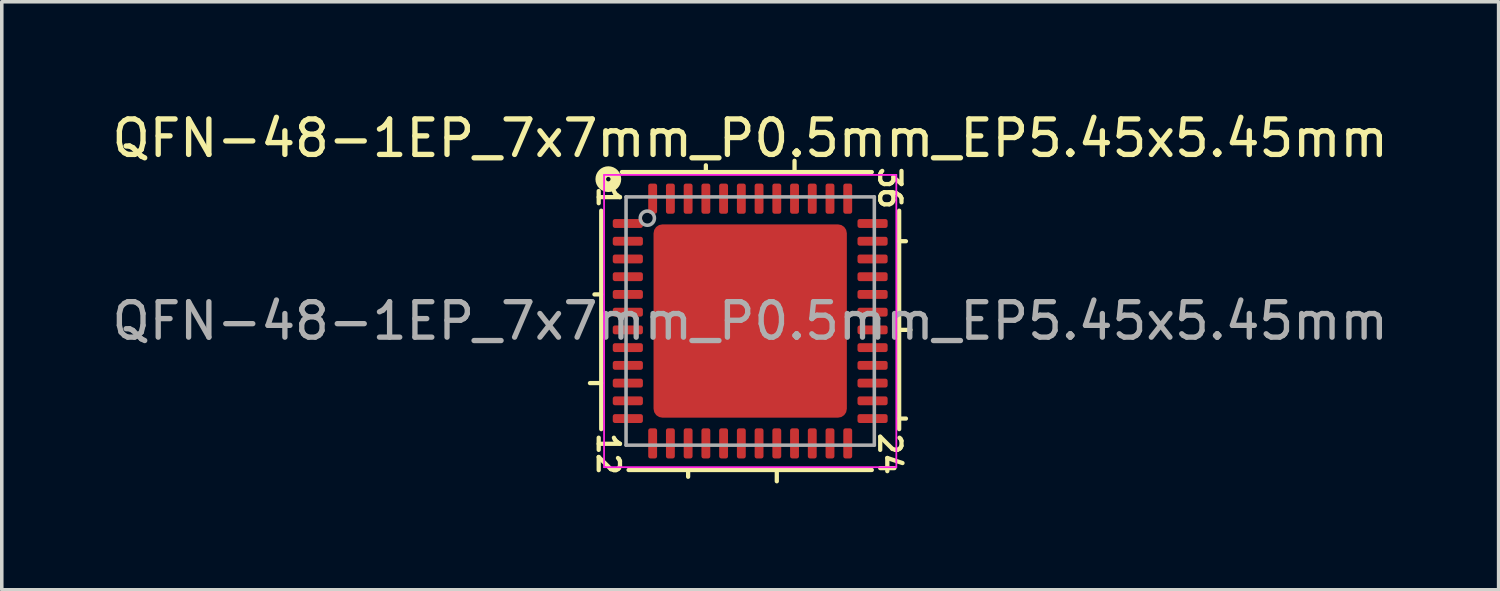
<source format=kicad_pcb>
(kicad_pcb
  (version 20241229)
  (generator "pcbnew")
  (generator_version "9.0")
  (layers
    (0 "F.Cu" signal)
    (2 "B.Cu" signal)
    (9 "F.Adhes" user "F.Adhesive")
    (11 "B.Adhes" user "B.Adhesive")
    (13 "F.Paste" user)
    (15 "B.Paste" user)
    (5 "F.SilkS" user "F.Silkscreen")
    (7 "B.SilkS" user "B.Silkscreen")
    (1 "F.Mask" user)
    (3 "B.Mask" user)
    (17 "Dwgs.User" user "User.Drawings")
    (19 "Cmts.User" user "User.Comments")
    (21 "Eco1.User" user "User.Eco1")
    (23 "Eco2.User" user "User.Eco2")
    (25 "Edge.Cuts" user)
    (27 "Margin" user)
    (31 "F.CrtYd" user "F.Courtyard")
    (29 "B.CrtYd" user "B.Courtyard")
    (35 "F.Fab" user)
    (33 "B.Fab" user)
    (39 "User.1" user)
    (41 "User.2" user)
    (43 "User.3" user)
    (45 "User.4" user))
  (footprint "QFN-48-1EP_7x7mm_P0.5mm_EP5.45x5.45mm"
    (layer "F.Cu")
    (at 18.101 6.001)
    (property "Reference" "QFN-48-1EP_7x7mm_P0.5mm_EP5.45x5.45mm" (at 0 -5.152 0) (layer "F.SilkS") (effects (font (size 1 1) (thickness 0.15))))
    (attr smd)
    (fp_line (start -4.2 -3.111) (end -4.2 3.048) (stroke (width 0.12) (type solid)) (layer "F.SilkS"))
    (fp_line (start -4.2 -0.75) (end -4.391 -0.75) (stroke (width 0.12) (type solid)) (layer "F.SilkS"))
    (fp_line (start -4.2 1.75) (end -4.518 1.75) (stroke (width 0.12) (type solid)) (layer "F.SilkS"))
    (fp_line (start -3.429 4.2) (end 3.429 4.2) (stroke (width 0.12) (type solid)) (layer "F.SilkS"))
    (fp_line (start -1.75 4.2) (end -1.75 4.391) (stroke (width 0.12) (type solid)) (layer "F.SilkS"))
    (fp_line (start -1.25 -4.2) (end -1.25 -4.391) (stroke (width 0.12) (type solid)) (layer "F.SilkS"))
    (fp_line (start 0.75 4.2) (end 0.75 4.518) (stroke (width 0.12) (type solid)) (layer "F.SilkS"))
    (fp_line (start 1.25 -4.2) (end 1.25 -4.518) (stroke (width 0.12) (type solid)) (layer "F.SilkS"))
    (fp_line (start 3.429 -4.2) (end -3.619 -4.2) (stroke (width 0.12) (type solid)) (layer "F.SilkS"))
    (fp_line (start 4.2 -2.25) (end 4.391 -2.25) (stroke (width 0.12) (type solid)) (layer "F.SilkS"))
    (fp_line (start 4.2 0.25) (end 4.518 0.25) (stroke (width 0.12) (type solid)) (layer "F.SilkS"))
    (fp_line (start 4.2 2.75) (end 4.391 2.75) (stroke (width 0.12) (type solid)) (layer "F.SilkS"))
    (fp_line (start 4.2 3.048) (end 4.2 -3.111) (stroke (width 0.12) (type solid)) (layer "F.SilkS"))
    (fp_circle (center -4 -4) (end -3.937 -4) (stroke (width 0.3) (type solid)) (fill no) (layer "F.SilkS"))
    (fp_line (start -4.12 -4.12) (end -4.12 4.12) (stroke (width 0.05) (type solid)) (layer "F.CrtYd"))
    (fp_line (start -4.12 4.12) (end 4.12 4.12) (stroke (width 0.05) (type solid)) (layer "F.CrtYd"))
    (fp_line (start 4.12 -4.12) (end -4.12 -4.12) (stroke (width 0.05) (type solid)) (layer "F.CrtYd"))
    (fp_line (start 4.12 4.12) (end 4.12 -4.12) (stroke (width 0.05) (type solid)) (layer "F.CrtYd"))
    (fp_line (start -3.5 -3.5) (end 3.5 -3.5) (stroke (width 0.1) (type solid)) (layer "F.Fab"))
    (fp_line (start -3.5 3.5) (end -3.5 -3.5) (stroke (width 0.1) (type solid)) (layer "F.Fab"))
    (fp_line (start 3.5 -3.5) (end 3.5 3.5) (stroke (width 0.1) (type solid)) (layer "F.Fab"))
    (fp_line (start 3.5 3.5) (end -3.5 3.5) (stroke (width 0.1) (type solid)) (layer "F.Fab"))
    (fp_circle (center -2.9 -2.9) (end -2.7 -2.9) (stroke (width 0.1) (type solid)) (fill no) (layer "F.Fab"))
    (fp_text user "1" (at -4 -3.493 270) (unlocked yes) (layer "F.SilkS") (effects (font (size 0.6 0.6) (thickness 0.12))))
    (fp_text user "12" (at -4 3.747 270) (unlocked yes) (layer "F.SilkS") (effects (font (size 0.6 0.6) (thickness 0.12))))
    (fp_text user "36" (at 3.937 -3.747 270) (unlocked yes) (layer "F.SilkS") (effects (font (size 0.6 0.6) (thickness 0.12))))
    (fp_text user "24" (at 3.937 3.747 270) (unlocked yes) (layer "F.SilkS") (effects (font (size 0.6 0.6) (thickness 0.12))))
    (fp_text user "${REFERENCE}" (at 0 0 0) (layer "F.Fab") (effects (font (size 1 1) (thickness 0.15))))
    (pad "" smd roundrect (at -2.04 -2.04) (size 1.1 1.1) (layers "F.Paste") (roundrect_rratio 0.227))
    (pad "" smd roundrect (at -2.04 -0.68) (size 1.1 1.1) (layers "F.Paste") (roundrect_rratio 0.227))
    (pad "" smd roundrect (at -2.04 0.68) (size 1.1 1.1) (layers "F.Paste") (roundrect_rratio 0.227))
    (pad "" smd roundrect (at -2.04 2.04) (size 1.1 1.1) (layers "F.Paste") (roundrect_rratio 0.227))
    (pad "" smd roundrect (at -0.68 -2.04) (size 1.1 1.1) (layers "F.Paste") (roundrect_rratio 0.227))
    (pad "" smd roundrect (at -0.68 -0.68) (size 1.1 1.1) (layers "F.Paste") (roundrect_rratio 0.227))
    (pad "" smd roundrect (at -0.68 0.68) (size 1.1 1.1) (layers "F.Paste") (roundrect_rratio 0.227))
    (pad "" smd roundrect (at -0.68 2.04) (size 1.1 1.1) (layers "F.Paste") (roundrect_rratio 0.227))
    (pad "" smd roundrect (at 0.68 -2.04) (size 1.1 1.1) (layers "F.Paste") (roundrect_rratio 0.227))
    (pad "" smd roundrect (at 0.68 -0.68) (size 1.1 1.1) (layers "F.Paste") (roundrect_rratio 0.227))
    (pad "" smd roundrect (at 0.68 0.68) (size 1.1 1.1) (layers "F.Paste") (roundrect_rratio 0.227))
    (pad "" smd roundrect (at 0.68 2.04) (size 1.1 1.1) (layers "F.Paste") (roundrect_rratio 0.227))
    (pad "" smd roundrect (at 2.04 -2.04) (size 1.1 1.1) (layers "F.Paste") (roundrect_rratio 0.227))
    (pad "" smd roundrect (at 2.04 -0.68) (size 1.1 1.1) (layers "F.Paste") (roundrect_rratio 0.227))
    (pad "" smd roundrect (at 2.04 0.68) (size 1.1 1.1) (layers "F.Paste") (roundrect_rratio 0.227))
    (pad "" smd roundrect (at 2.04 2.04) (size 1.1 1.1) (layers "F.Paste") (roundrect_rratio 0.227))
    (pad "1" smd roundrect (at -3.45 -2.75) (size 0.85 0.25) (layers "F.Cu" "F.Mask" "F.Paste") (roundrect_rratio 0.25))
    (pad "2" smd roundrect (at -3.45 -2.25) (size 0.85 0.25) (layers "F.Cu" "F.Mask" "F.Paste") (roundrect_rratio 0.25))
    (pad "3" smd roundrect (at -3.45 -1.75) (size 0.85 0.25) (layers "F.Cu" "F.Mask" "F.Paste") (roundrect_rratio 0.25))
    (pad "4" smd roundrect (at -3.45 -1.25) (size 0.85 0.25) (layers "F.Cu" "F.Mask" "F.Paste") (roundrect_rratio 0.25))
    (pad "5" smd roundrect (at -3.45 -0.75) (size 0.85 0.25) (layers "F.Cu" "F.Mask" "F.Paste") (roundrect_rratio 0.25))
    (pad "6" smd roundrect (at -3.45 -0.25) (size 0.85 0.25) (layers "F.Cu" "F.Mask" "F.Paste") (roundrect_rratio 0.25))
    (pad "7" smd roundrect (at -3.45 0.25) (size 0.85 0.25) (layers "F.Cu" "F.Mask" "F.Paste") (roundrect_rratio 0.25))
    (pad "8" smd roundrect (at -3.45 0.75) (size 0.85 0.25) (layers "F.Cu" "F.Mask" "F.Paste") (roundrect_rratio 0.25))
    (pad "9" smd roundrect (at -3.45 1.25) (size 0.85 0.25) (layers "F.Cu" "F.Mask" "F.Paste") (roundrect_rratio 0.25))
    (pad "10" smd roundrect (at -3.45 1.75) (size 0.85 0.25) (layers "F.Cu" "F.Mask" "F.Paste") (roundrect_rratio 0.25))
    (pad "11" smd roundrect (at -3.45 2.25) (size 0.85 0.25) (layers "F.Cu" "F.Mask" "F.Paste") (roundrect_rratio 0.25))
    (pad "12" smd roundrect (at -3.45 2.75) (size 0.85 0.25) (layers "F.Cu" "F.Mask" "F.Paste") (roundrect_rratio 0.25))
    (pad "13" smd roundrect (at -2.75 3.45) (size 0.25 0.85) (layers "F.Cu" "F.Mask" "F.Paste") (roundrect_rratio 0.25))
    (pad "14" smd roundrect (at -2.25 3.45) (size 0.25 0.85) (layers "F.Cu" "F.Mask" "F.Paste") (roundrect_rratio 0.25))
    (pad "15" smd roundrect (at -1.75 3.45) (size 0.25 0.85) (layers "F.Cu" "F.Mask" "F.Paste") (roundrect_rratio 0.25))
    (pad "16" smd roundrect (at -1.25 3.45) (size 0.25 0.85) (layers "F.Cu" "F.Mask" "F.Paste") (roundrect_rratio 0.25))
    (pad "17" smd roundrect (at -0.75 3.45) (size 0.25 0.85) (layers "F.Cu" "F.Mask" "F.Paste") (roundrect_rratio 0.25))
    (pad "18" smd roundrect (at -0.25 3.45) (size 0.25 0.85) (layers "F.Cu" "F.Mask" "F.Paste") (roundrect_rratio 0.25))
    (pad "19" smd roundrect (at 0.25 3.45) (size 0.25 0.85) (layers "F.Cu" "F.Mask" "F.Paste") (roundrect_rratio 0.25))
    (pad "20" smd roundrect (at 0.75 3.45) (size 0.25 0.85) (layers "F.Cu" "F.Mask" "F.Paste") (roundrect_rratio 0.25))
    (pad "21" smd roundrect (at 1.25 3.45) (size 0.25 0.85) (layers "F.Cu" "F.Mask" "F.Paste") (roundrect_rratio 0.25))
    (pad "22" smd roundrect (at 1.75 3.45) (size 0.25 0.85) (layers "F.Cu" "F.Mask" "F.Paste") (roundrect_rratio 0.25))
    (pad "23" smd roundrect (at 2.25 3.45) (size 0.25 0.85) (layers "F.Cu" "F.Mask" "F.Paste") (roundrect_rratio 0.25))
    (pad "24" smd roundrect (at 2.75 3.45) (size 0.25 0.85) (layers "F.Cu" "F.Mask" "F.Paste") (roundrect_rratio 0.25))
    (pad "25" smd roundrect (at 3.45 2.75) (size 0.85 0.25) (layers "F.Cu" "F.Mask" "F.Paste") (roundrect_rratio 0.25))
    (pad "26" smd roundrect (at 3.45 2.25) (size 0.85 0.25) (layers "F.Cu" "F.Mask" "F.Paste") (roundrect_rratio 0.25))
    (pad "27" smd roundrect (at 3.45 1.75) (size 0.85 0.25) (layers "F.Cu" "F.Mask" "F.Paste") (roundrect_rratio 0.25))
    (pad "28" smd roundrect (at 3.45 1.25) (size 0.85 0.25) (layers "F.Cu" "F.Mask" "F.Paste") (roundrect_rratio 0.25))
    (pad "29" smd roundrect (at 3.45 0.75) (size 0.85 0.25) (layers "F.Cu" "F.Mask" "F.Paste") (roundrect_rratio 0.25))
    (pad "30" smd roundrect (at 3.45 0.25) (size 0.85 0.25) (layers "F.Cu" "F.Mask" "F.Paste") (roundrect_rratio 0.25))
    (pad "31" smd roundrect (at 3.45 -0.25) (size 0.85 0.25) (layers "F.Cu" "F.Mask" "F.Paste") (roundrect_rratio 0.25))
    (pad "32" smd roundrect (at 3.45 -0.75) (size 0.85 0.25) (layers "F.Cu" "F.Mask" "F.Paste") (roundrect_rratio 0.25))
    (pad "33" smd roundrect (at 3.45 -1.25) (size 0.85 0.25) (layers "F.Cu" "F.Mask" "F.Paste") (roundrect_rratio 0.25))
    (pad "34" smd roundrect (at 3.45 -1.75) (size 0.85 0.25) (layers "F.Cu" "F.Mask" "F.Paste") (roundrect_rratio 0.25))
    (pad "35" smd roundrect (at 3.45 -2.25) (size 0.85 0.25) (layers "F.Cu" "F.Mask" "F.Paste") (roundrect_rratio 0.25))
    (pad "36" smd roundrect (at 3.45 -2.75) (size 0.85 0.25) (layers "F.Cu" "F.Mask" "F.Paste") (roundrect_rratio 0.25))
    (pad "37" smd roundrect (at 2.75 -3.45) (size 0.25 0.85) (layers "F.Cu" "F.Mask" "F.Paste") (roundrect_rratio 0.25))
    (pad "38" smd roundrect (at 2.25 -3.45) (size 0.25 0.85) (layers "F.Cu" "F.Mask" "F.Paste") (roundrect_rratio 0.25))
    (pad "39" smd roundrect (at 1.75 -3.45) (size 0.25 0.85) (layers "F.Cu" "F.Mask" "F.Paste") (roundrect_rratio 0.25))
    (pad "40" smd roundrect (at 1.25 -3.45) (size 0.25 0.85) (layers "F.Cu" "F.Mask" "F.Paste") (roundrect_rratio 0.25))
    (pad "41" smd roundrect (at 0.75 -3.45) (size 0.25 0.85) (layers "F.Cu" "F.Mask" "F.Paste") (roundrect_rratio 0.25))
    (pad "42" smd roundrect (at 0.25 -3.45) (size 0.25 0.85) (layers "F.Cu" "F.Mask" "F.Paste") (roundrect_rratio 0.25))
    (pad "43" smd roundrect (at -0.25 -3.45) (size 0.25 0.85) (layers "F.Cu" "F.Mask" "F.Paste") (roundrect_rratio 0.25))
    (pad "44" smd roundrect (at -0.75 -3.45) (size 0.25 0.85) (layers "F.Cu" "F.Mask" "F.Paste") (roundrect_rratio 0.25))
    (pad "45" smd roundrect (at -1.25 -3.45) (size 0.25 0.85) (layers "F.Cu" "F.Mask" "F.Paste") (roundrect_rratio 0.25))
    (pad "46" smd roundrect (at -1.75 -3.45) (size 0.25 0.85) (layers "F.Cu" "F.Mask" "F.Paste") (roundrect_rratio 0.25))
    (pad "47" smd roundrect (at -2.25 -3.45) (size 0.25 0.85) (layers "F.Cu" "F.Mask" "F.Paste") (roundrect_rratio 0.25))
    (pad "48" smd roundrect (at -2.75 -3.45) (size 0.25 0.85) (layers "F.Cu" "F.Mask" "F.Paste") (roundrect_rratio 0.25))
    (pad "49" smd roundrect (at 0 0) (size 5.45 5.45) (layers "F.Cu" "F.Mask") (roundrect_rratio 0.046)))
  (gr_rect
    (start -3 -3)
    (end 39.202 13.578)
    (stroke (width 0.1) (type default))
    (fill no)
    (layer "Edge.Cuts")))
</source>
